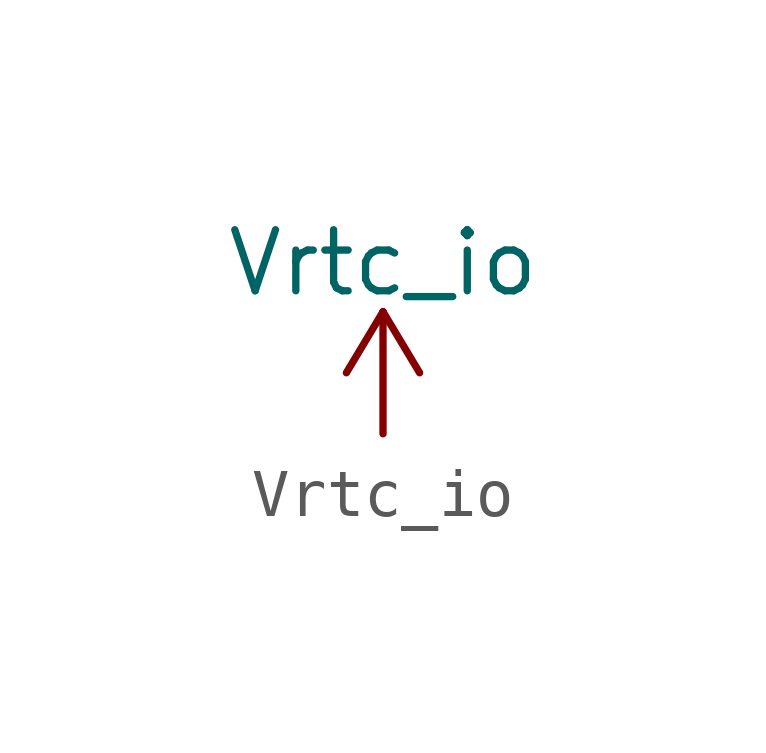
<source format=kicad_sym>
(kicad_symbol_lib
  (version 20211014)
  (generator kicad_symbol_editor)
  (symbol "Vrtc_io"
    (power)
    (pin_names
      (offset 0))
    (property "Reference" "#PWR"
      (at 0 -3.81 0)
      (effects (font (size 1.27 1.27)) hide))
    (property "Value" "Vrtc_io"
      (at 0 3.556 0)
      (effects (font (size 1.27 1.27))))
    (symbol "Vrtc_io_0_1"
      (polyline (pts (xy -0.762 1.27) (xy 0 2.54)) (stroke (width 0) (type default) (color 0 0 0 0)) (fill (type none)))
      (polyline (pts (xy 0 0) (xy 0 2.54)) (stroke (width 0) (type default) (color 0 0 0 0)) (fill (type none)))
      (polyline (pts (xy 0 2.54) (xy 0.762 1.27)) (stroke (width 0) (type default) (color 0 0 0 0)) (fill (type none))))
    (symbol "Vrtc_io_1_1"
      (pin free line (at 0 0 90) (length 0) hide (name "Vrtc_io" (effects (font (size 1.27 1.27)))) (number "1" (effects (font (size 1.27 1.27))))))))
</source>
